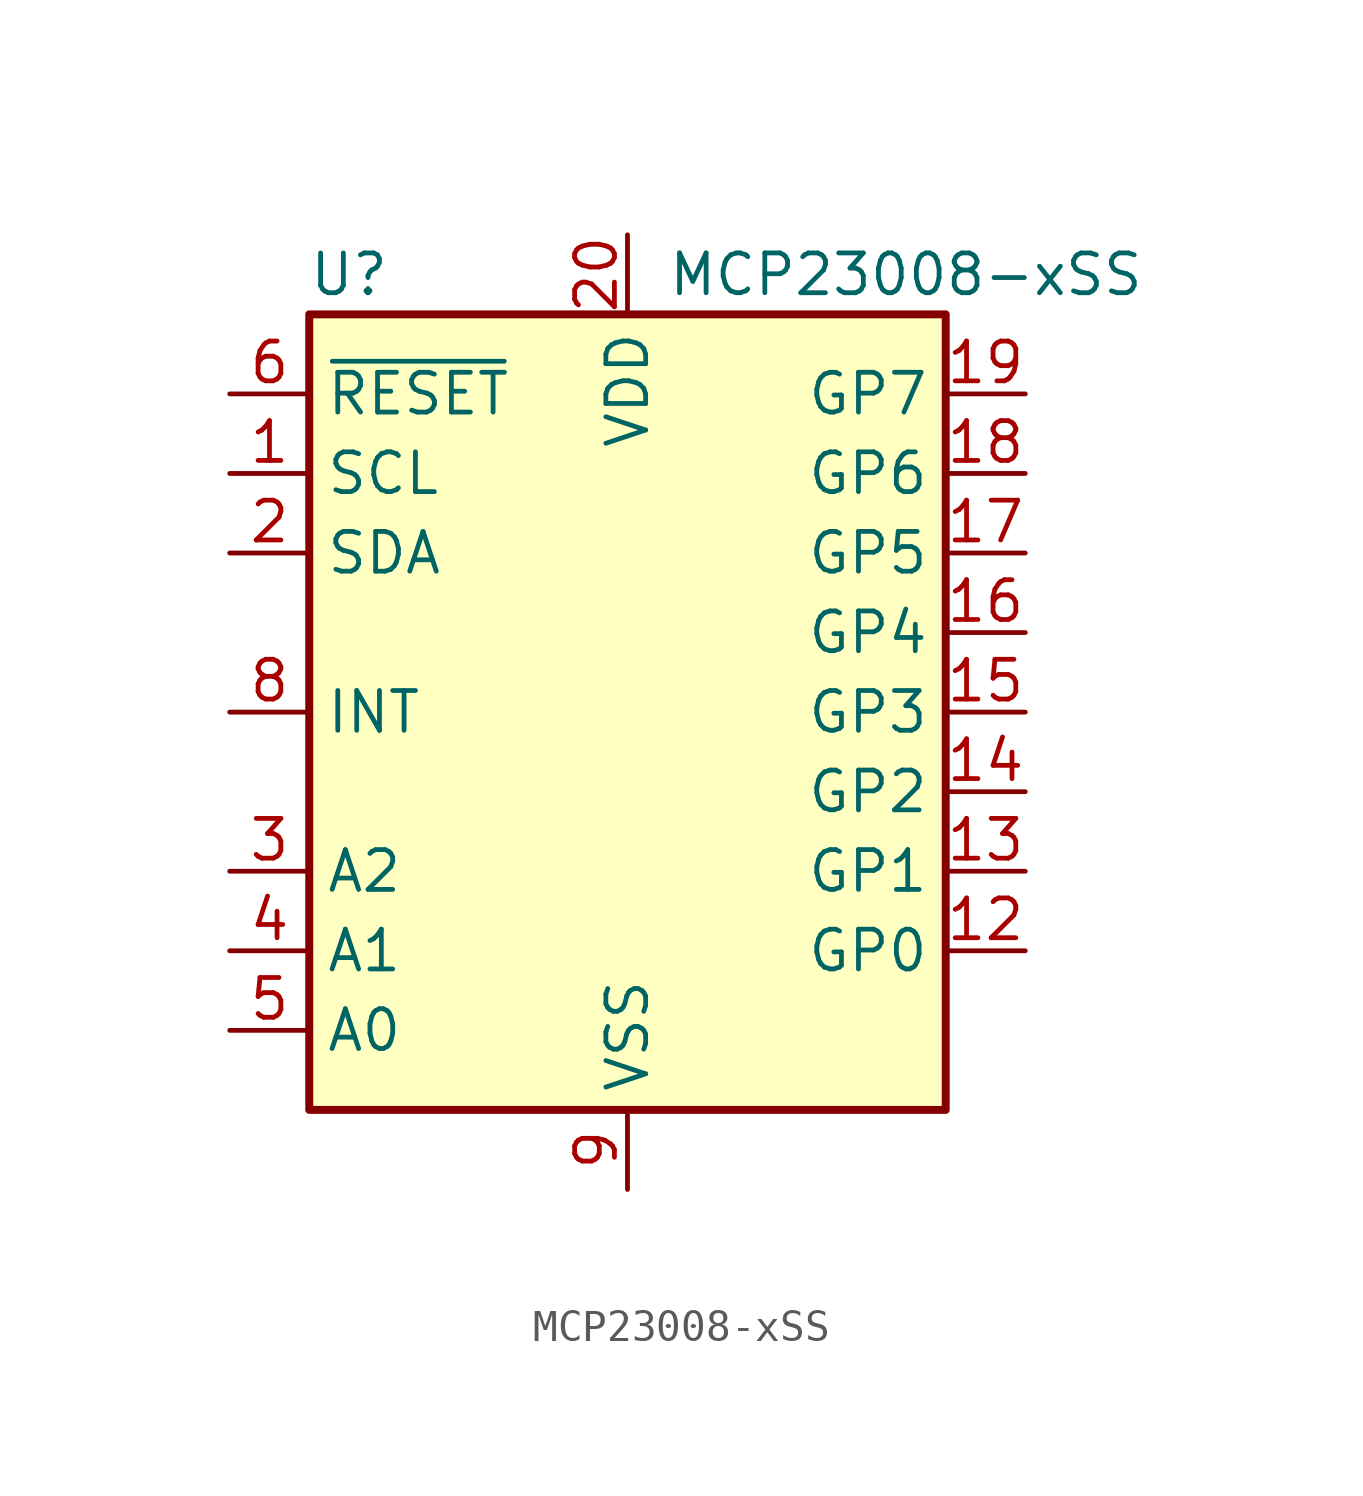
<source format=kicad_sym>
(kicad_symbol_lib
  (version 20231120)
  (generator "kicad_symbol_editor")
  (generator_version "8.0")
  (symbol "MCP23008-xSS"
    (property "Reference" "U"
      (at -8.89 13.97 0)
      (effects (font (size 1.27 1.27))))
    (property "Value" "MCP23008-xSS"
      (at 8.89 13.97 0)
      (effects (font (size 1.27 1.27))))
    (symbol "MCP23008-xSS_0_1"
      (rectangle (start -10.16 12.7) (end 10.16 -12.7) (stroke (width 0.254) (type default)) (fill (type background))))
    (symbol "MCP23008-xSS_1_1"
      (pin input line (at -12.7 7.62 0) (length 2.54) (name "SCL" (effects (font (size 1.27 1.27)))) (number "1" (effects (font (size 1.27 1.27)))))
      (pin no_connect line (at -10.16 -2.54 0) (length 2.54) hide (name "NC" (effects (font (size 1.27 1.27)))) (number "10" (effects (font (size 1.27 1.27)))))
      (pin no_connect line (at 10.16 -10.16 180) (length 2.54) hide (name "NC" (effects (font (size 1.27 1.27)))) (number "11" (effects (font (size 1.27 1.27)))))
      (pin bidirectional line (at 12.7 -7.62 180) (length 2.54) (name "GP0" (effects (font (size 1.27 1.27)))) (number "12" (effects (font (size 1.27 1.27)))))
      (pin bidirectional line (at 12.7 -5.08 180) (length 2.54) (name "GP1" (effects (font (size 1.27 1.27)))) (number "13" (effects (font (size 1.27 1.27)))))
      (pin bidirectional line (at 12.7 -2.54 180) (length 2.54) (name "GP2" (effects (font (size 1.27 1.27)))) (number "14" (effects (font (size 1.27 1.27)))))
      (pin bidirectional line (at 12.7 0 180) (length 2.54) (name "GP3" (effects (font (size 1.27 1.27)))) (number "15" (effects (font (size 1.27 1.27)))))
      (pin bidirectional line (at 12.7 2.54 180) (length 2.54) (name "GP4" (effects (font (size 1.27 1.27)))) (number "16" (effects (font (size 1.27 1.27)))))
      (pin bidirectional line (at 12.7 5.08 180) (length 2.54) (name "GP5" (effects (font (size 1.27 1.27)))) (number "17" (effects (font (size 1.27 1.27)))))
      (pin bidirectional line (at 12.7 7.62 180) (length 2.54) (name "GP6" (effects (font (size 1.27 1.27)))) (number "18" (effects (font (size 1.27 1.27)))))
      (pin bidirectional line (at 12.7 10.16 180) (length 2.54) (name "GP7" (effects (font (size 1.27 1.27)))) (number "19" (effects (font (size 1.27 1.27)))))
      (pin bidirectional line (at -12.7 5.08 0) (length 2.54) (name "SDA" (effects (font (size 1.27 1.27)))) (number "2" (effects (font (size 1.27 1.27)))))
      (pin power_in line (at 0 15.24 270) (length 2.54) (name "VDD" (effects (font (size 1.27 1.27)))) (number "20" (effects (font (size 1.27 1.27)))))
      (pin input line (at -12.7 -5.08 0) (length 2.54) (name "A2" (effects (font (size 1.27 1.27)))) (number "3" (effects (font (size 1.27 1.27)))))
      (pin input line (at -12.7 -7.62 0) (length 2.54) (name "A1" (effects (font (size 1.27 1.27)))) (number "4" (effects (font (size 1.27 1.27)))))
      (pin input line (at -12.7 -10.16 0) (length 2.54) (name "A0" (effects (font (size 1.27 1.27)))) (number "5" (effects (font (size 1.27 1.27)))))
      (pin input line (at -12.7 10.16 0) (length 2.54) (name "~{RESET}" (effects (font (size 1.27 1.27)))) (number "6" (effects (font (size 1.27 1.27)))))
      (pin no_connect line (at -10.16 2.54 0) (length 2.54) hide (name "NC" (effects (font (size 1.27 1.27)))) (number "7" (effects (font (size 1.27 1.27)))))
      (pin output line (at -12.7 0 0) (length 2.54) (name "INT" (effects (font (size 1.27 1.27)))) (number "8" (effects (font (size 1.27 1.27)))) (alternate "INT" open_collector line))
      (pin power_in line (at 0 -15.24 90) (length 2.54) (name "VSS" (effects (font (size 1.27 1.27)))) (number "9" (effects (font (size 1.27 1.27))))))))
</source>
